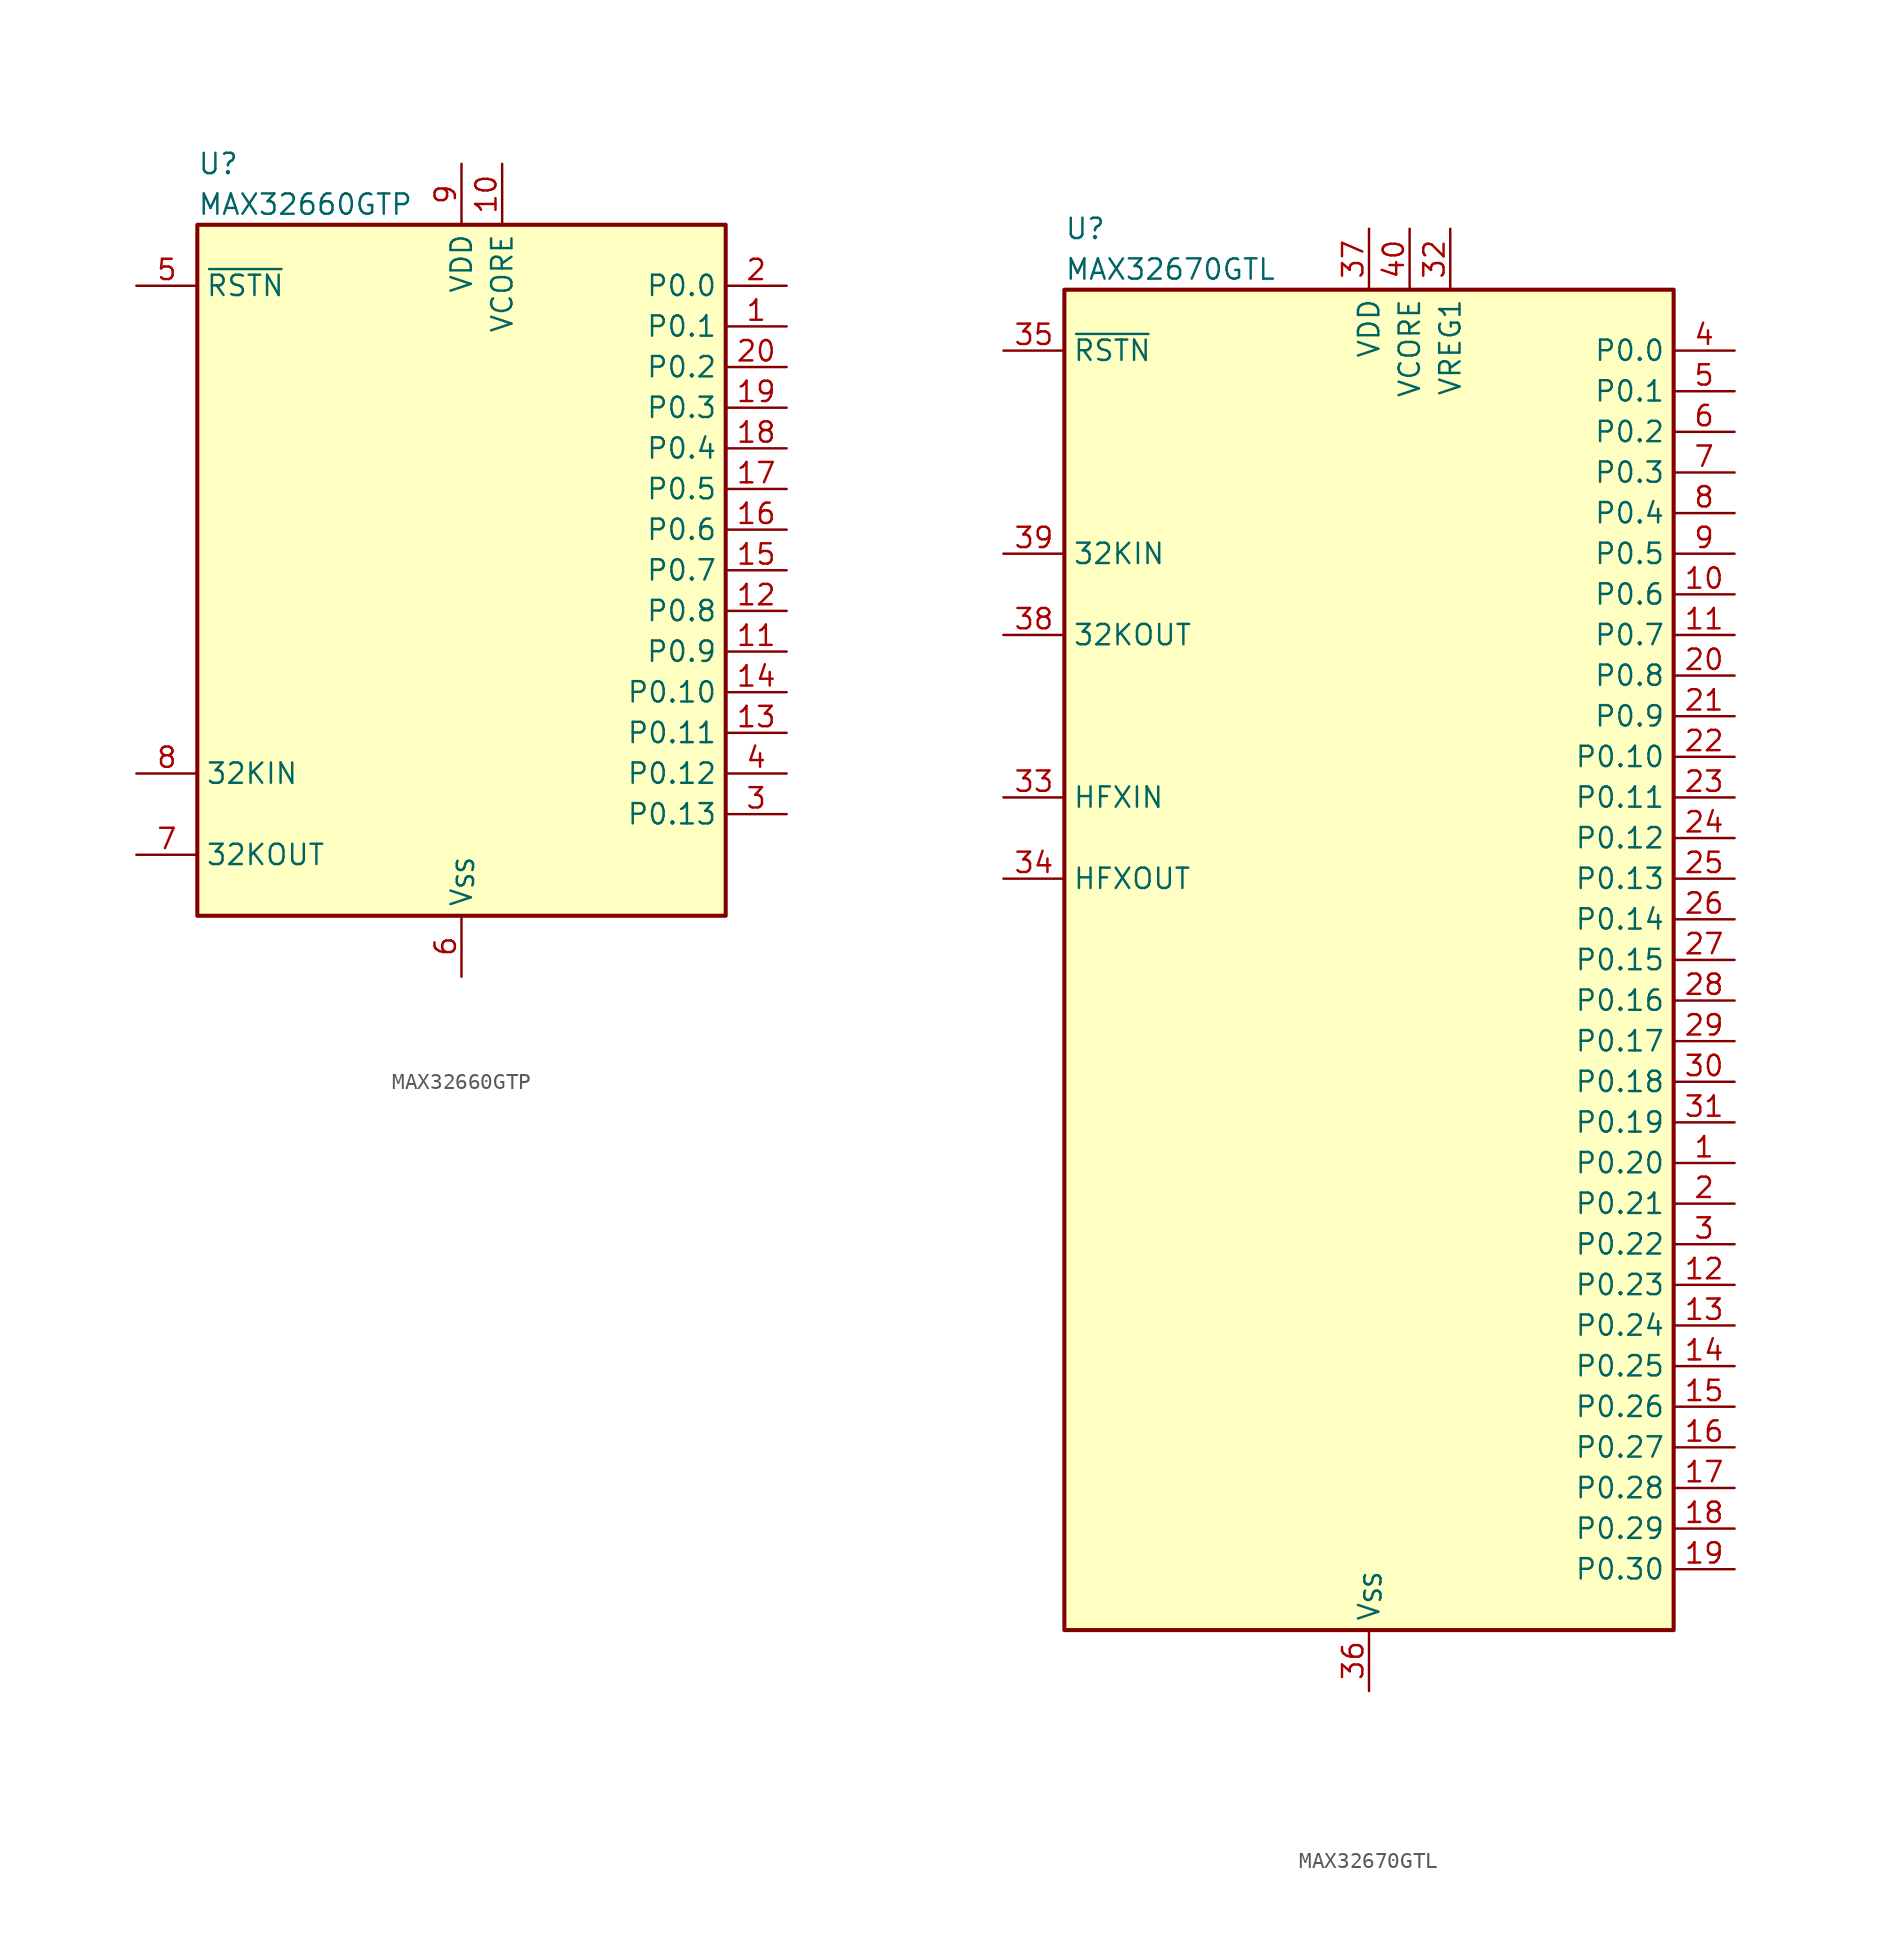
<source format=kicad_sym>
(kicad_symbol_lib
  (version 20231120)
  (generator "kicad_symbol_editor")
  (generator_version "8.0")
  (symbol "MAX32660GTP"
    (property "Reference" "U"
      (at -16.51 25.4 0)
      (effects (font (size 1.27 1.27)) (justify left)))
    (property "Value" "MAX32660GTP"
      (at -16.51 22.86 0)
      (effects (font (size 1.27 1.27)) (justify left)))
    (symbol "MAX32660GTP_0_1"
      (rectangle (start -16.51 21.59) (end 16.51 -21.59) (stroke (width 0.254) (type default)) (fill (type background))))
    (symbol "MAX32660GTP_1_1"
      (pin bidirectional line (at 20.32 15.24 180) (length 3.81) (name "P0.1" (effects (font (size 1.27 1.27)))) (number "1" (effects (font (size 1.27 1.27)))))
      (pin passive line (at 2.54 25.4 270) (length 3.81) (name "VCORE" (effects (font (size 1.27 1.27)))) (number "10" (effects (font (size 1.27 1.27)))))
      (pin bidirectional line (at 20.32 -5.08 180) (length 3.81) (name "P0.9" (effects (font (size 1.27 1.27)))) (number "11" (effects (font (size 1.27 1.27)))))
      (pin bidirectional line (at 20.32 -2.54 180) (length 3.81) (name "P0.8" (effects (font (size 1.27 1.27)))) (number "12" (effects (font (size 1.27 1.27)))))
      (pin bidirectional line (at 20.32 -10.16 180) (length 3.81) (name "P0.11" (effects (font (size 1.27 1.27)))) (number "13" (effects (font (size 1.27 1.27)))))
      (pin bidirectional line (at 20.32 -7.62 180) (length 3.81) (name "P0.10" (effects (font (size 1.27 1.27)))) (number "14" (effects (font (size 1.27 1.27)))))
      (pin bidirectional line (at 20.32 0 180) (length 3.81) (name "P0.7" (effects (font (size 1.27 1.27)))) (number "15" (effects (font (size 1.27 1.27)))))
      (pin bidirectional line (at 20.32 2.54 180) (length 3.81) (name "P0.6" (effects (font (size 1.27 1.27)))) (number "16" (effects (font (size 1.27 1.27)))))
      (pin bidirectional line (at 20.32 5.08 180) (length 3.81) (name "P0.5" (effects (font (size 1.27 1.27)))) (number "17" (effects (font (size 1.27 1.27)))))
      (pin bidirectional line (at 20.32 7.62 180) (length 3.81) (name "P0.4" (effects (font (size 1.27 1.27)))) (number "18" (effects (font (size 1.27 1.27)))))
      (pin bidirectional line (at 20.32 10.16 180) (length 3.81) (name "P0.3" (effects (font (size 1.27 1.27)))) (number "19" (effects (font (size 1.27 1.27)))))
      (pin bidirectional line (at 20.32 17.78 180) (length 3.81) (name "P0.0" (effects (font (size 1.27 1.27)))) (number "2" (effects (font (size 1.27 1.27)))))
      (pin bidirectional line (at 20.32 12.7 180) (length 3.81) (name "P0.2" (effects (font (size 1.27 1.27)))) (number "20" (effects (font (size 1.27 1.27)))))
      (pin passive line (at 0 -25.4 90) (length 3.81) hide (name "V_{SS}" (effects (font (size 1.27 1.27)))) (number "21" (effects (font (size 1.27 1.27)))))
      (pin bidirectional line (at 20.32 -15.24 180) (length 3.81) (name "P0.13" (effects (font (size 1.27 1.27)))) (number "3" (effects (font (size 1.27 1.27)))))
      (pin bidirectional line (at 20.32 -12.7 180) (length 3.81) (name "P0.12" (effects (font (size 1.27 1.27)))) (number "4" (effects (font (size 1.27 1.27)))))
      (pin input line (at -20.32 17.78 0) (length 3.81) (name "~{RSTN}" (effects (font (size 1.27 1.27)))) (number "5" (effects (font (size 1.27 1.27)))))
      (pin power_in line (at 0 -25.4 90) (length 3.81) (name "V_{SS}" (effects (font (size 1.27 1.27)))) (number "6" (effects (font (size 1.27 1.27)))))
      (pin output line (at -20.32 -17.78 0) (length 3.81) (name "32KOUT" (effects (font (size 1.27 1.27)))) (number "7" (effects (font (size 1.27 1.27)))))
      (pin input line (at -20.32 -12.7 0) (length 3.81) (name "32KIN" (effects (font (size 1.27 1.27)))) (number "8" (effects (font (size 1.27 1.27)))))
      (pin power_in line (at 0 25.4 270) (length 3.81) (name "VDD" (effects (font (size 1.27 1.27)))) (number "9" (effects (font (size 1.27 1.27)))))))
  (symbol "MAX32670GTL"
    (property "Reference" "U"
      (at -19.05 45.72 0)
      (effects (font (size 1.27 1.27)) (justify left)))
    (property "Value" "MAX32670GTL"
      (at -19.05 43.18 0)
      (effects (font (size 1.27 1.27)) (justify left)))
    (symbol "MAX32670GTL_0_1"
      (rectangle (start -19.05 41.91) (end 19.05 -41.91) (stroke (width 0.254) (type default)) (fill (type background))))
    (symbol "MAX32670GTL_1_1"
      (pin bidirectional line (at 22.86 -12.7 180) (length 3.81) (name "P0.20" (effects (font (size 1.27 1.27)))) (number "1" (effects (font (size 1.27 1.27)))))
      (pin bidirectional line (at 22.86 22.86 180) (length 3.81) (name "P0.6" (effects (font (size 1.27 1.27)))) (number "10" (effects (font (size 1.27 1.27)))))
      (pin bidirectional line (at 22.86 20.32 180) (length 3.81) (name "P0.7" (effects (font (size 1.27 1.27)))) (number "11" (effects (font (size 1.27 1.27)))))
      (pin bidirectional line (at 22.86 -20.32 180) (length 3.81) (name "P0.23" (effects (font (size 1.27 1.27)))) (number "12" (effects (font (size 1.27 1.27)))))
      (pin bidirectional line (at 22.86 -22.86 180) (length 3.81) (name "P0.24" (effects (font (size 1.27 1.27)))) (number "13" (effects (font (size 1.27 1.27)))))
      (pin bidirectional line (at 22.86 -25.4 180) (length 3.81) (name "P0.25" (effects (font (size 1.27 1.27)))) (number "14" (effects (font (size 1.27 1.27)))))
      (pin bidirectional line (at 22.86 -27.94 180) (length 3.81) (name "P0.26" (effects (font (size 1.27 1.27)))) (number "15" (effects (font (size 1.27 1.27)))))
      (pin bidirectional line (at 22.86 -30.48 180) (length 3.81) (name "P0.27" (effects (font (size 1.27 1.27)))) (number "16" (effects (font (size 1.27 1.27)))))
      (pin bidirectional line (at 22.86 -33.02 180) (length 3.81) (name "P0.28" (effects (font (size 1.27 1.27)))) (number "17" (effects (font (size 1.27 1.27)))))
      (pin bidirectional line (at 22.86 -35.56 180) (length 3.81) (name "P0.29" (effects (font (size 1.27 1.27)))) (number "18" (effects (font (size 1.27 1.27)))))
      (pin bidirectional line (at 22.86 -38.1 180) (length 3.81) (name "P0.30" (effects (font (size 1.27 1.27)))) (number "19" (effects (font (size 1.27 1.27)))))
      (pin bidirectional line (at 22.86 -15.24 180) (length 3.81) (name "P0.21" (effects (font (size 1.27 1.27)))) (number "2" (effects (font (size 1.27 1.27)))))
      (pin bidirectional line (at 22.86 17.78 180) (length 3.81) (name "P0.8" (effects (font (size 1.27 1.27)))) (number "20" (effects (font (size 1.27 1.27)))))
      (pin bidirectional line (at 22.86 15.24 180) (length 3.81) (name "P0.9" (effects (font (size 1.27 1.27)))) (number "21" (effects (font (size 1.27 1.27)))))
      (pin bidirectional line (at 22.86 12.7 180) (length 3.81) (name "P0.10" (effects (font (size 1.27 1.27)))) (number "22" (effects (font (size 1.27 1.27)))))
      (pin bidirectional line (at 22.86 10.16 180) (length 3.81) (name "P0.11" (effects (font (size 1.27 1.27)))) (number "23" (effects (font (size 1.27 1.27)))))
      (pin bidirectional line (at 22.86 7.62 180) (length 3.81) (name "P0.12" (effects (font (size 1.27 1.27)))) (number "24" (effects (font (size 1.27 1.27)))))
      (pin bidirectional line (at 22.86 5.08 180) (length 3.81) (name "P0.13" (effects (font (size 1.27 1.27)))) (number "25" (effects (font (size 1.27 1.27)))))
      (pin bidirectional line (at 22.86 2.54 180) (length 3.81) (name "P0.14" (effects (font (size 1.27 1.27)))) (number "26" (effects (font (size 1.27 1.27)))))
      (pin bidirectional line (at 22.86 0 180) (length 3.81) (name "P0.15" (effects (font (size 1.27 1.27)))) (number "27" (effects (font (size 1.27 1.27)))))
      (pin bidirectional line (at 22.86 -2.54 180) (length 3.81) (name "P0.16" (effects (font (size 1.27 1.27)))) (number "28" (effects (font (size 1.27 1.27)))))
      (pin bidirectional line (at 22.86 -5.08 180) (length 3.81) (name "P0.17" (effects (font (size 1.27 1.27)))) (number "29" (effects (font (size 1.27 1.27)))))
      (pin bidirectional line (at 22.86 -17.78 180) (length 3.81) (name "P0.22" (effects (font (size 1.27 1.27)))) (number "3" (effects (font (size 1.27 1.27)))))
      (pin bidirectional line (at 22.86 -7.62 180) (length 3.81) (name "P0.18" (effects (font (size 1.27 1.27)))) (number "30" (effects (font (size 1.27 1.27)))))
      (pin bidirectional line (at 22.86 -10.16 180) (length 3.81) (name "P0.19" (effects (font (size 1.27 1.27)))) (number "31" (effects (font (size 1.27 1.27)))))
      (pin passive line (at 5.08 45.72 270) (length 3.81) (name "VREG1" (effects (font (size 1.27 1.27)))) (number "32" (effects (font (size 1.27 1.27)))))
      (pin input line (at -22.86 10.16 0) (length 3.81) (name "HFXIN" (effects (font (size 1.27 1.27)))) (number "33" (effects (font (size 1.27 1.27)))))
      (pin output line (at -22.86 5.08 0) (length 3.81) (name "HFXOUT" (effects (font (size 1.27 1.27)))) (number "34" (effects (font (size 1.27 1.27)))))
      (pin input line (at -22.86 38.1 0) (length 3.81) (name "~{RSTN}" (effects (font (size 1.27 1.27)))) (number "35" (effects (font (size 1.27 1.27)))))
      (pin power_in line (at 0 -45.72 90) (length 3.81) (name "V_{SS}" (effects (font (size 1.27 1.27)))) (number "36" (effects (font (size 1.27 1.27)))))
      (pin power_in line (at 0 45.72 270) (length 3.81) (name "VDD" (effects (font (size 1.27 1.27)))) (number "37" (effects (font (size 1.27 1.27)))))
      (pin output line (at -22.86 20.32 0) (length 3.81) (name "32KOUT" (effects (font (size 1.27 1.27)))) (number "38" (effects (font (size 1.27 1.27)))))
      (pin input line (at -22.86 25.4 0) (length 3.81) (name "32KIN" (effects (font (size 1.27 1.27)))) (number "39" (effects (font (size 1.27 1.27)))))
      (pin bidirectional line (at 22.86 38.1 180) (length 3.81) (name "P0.0" (effects (font (size 1.27 1.27)))) (number "4" (effects (font (size 1.27 1.27)))))
      (pin passive line (at 2.54 45.72 270) (length 3.81) (name "VCORE" (effects (font (size 1.27 1.27)))) (number "40" (effects (font (size 1.27 1.27)))))
      (pin passive line (at 0 -45.72 90) (length 3.81) hide (name "V_{SS}" (effects (font (size 1.27 1.27)))) (number "41" (effects (font (size 1.27 1.27)))))
      (pin bidirectional line (at 22.86 35.56 180) (length 3.81) (name "P0.1" (effects (font (size 1.27 1.27)))) (number "5" (effects (font (size 1.27 1.27)))))
      (pin bidirectional line (at 22.86 33.02 180) (length 3.81) (name "P0.2" (effects (font (size 1.27 1.27)))) (number "6" (effects (font (size 1.27 1.27)))))
      (pin bidirectional line (at 22.86 30.48 180) (length 3.81) (name "P0.3" (effects (font (size 1.27 1.27)))) (number "7" (effects (font (size 1.27 1.27)))))
      (pin bidirectional line (at 22.86 27.94 180) (length 3.81) (name "P0.4" (effects (font (size 1.27 1.27)))) (number "8" (effects (font (size 1.27 1.27)))))
      (pin bidirectional line (at 22.86 25.4 180) (length 3.81) (name "P0.5" (effects (font (size 1.27 1.27)))) (number "9" (effects (font (size 1.27 1.27))))))))
</source>
